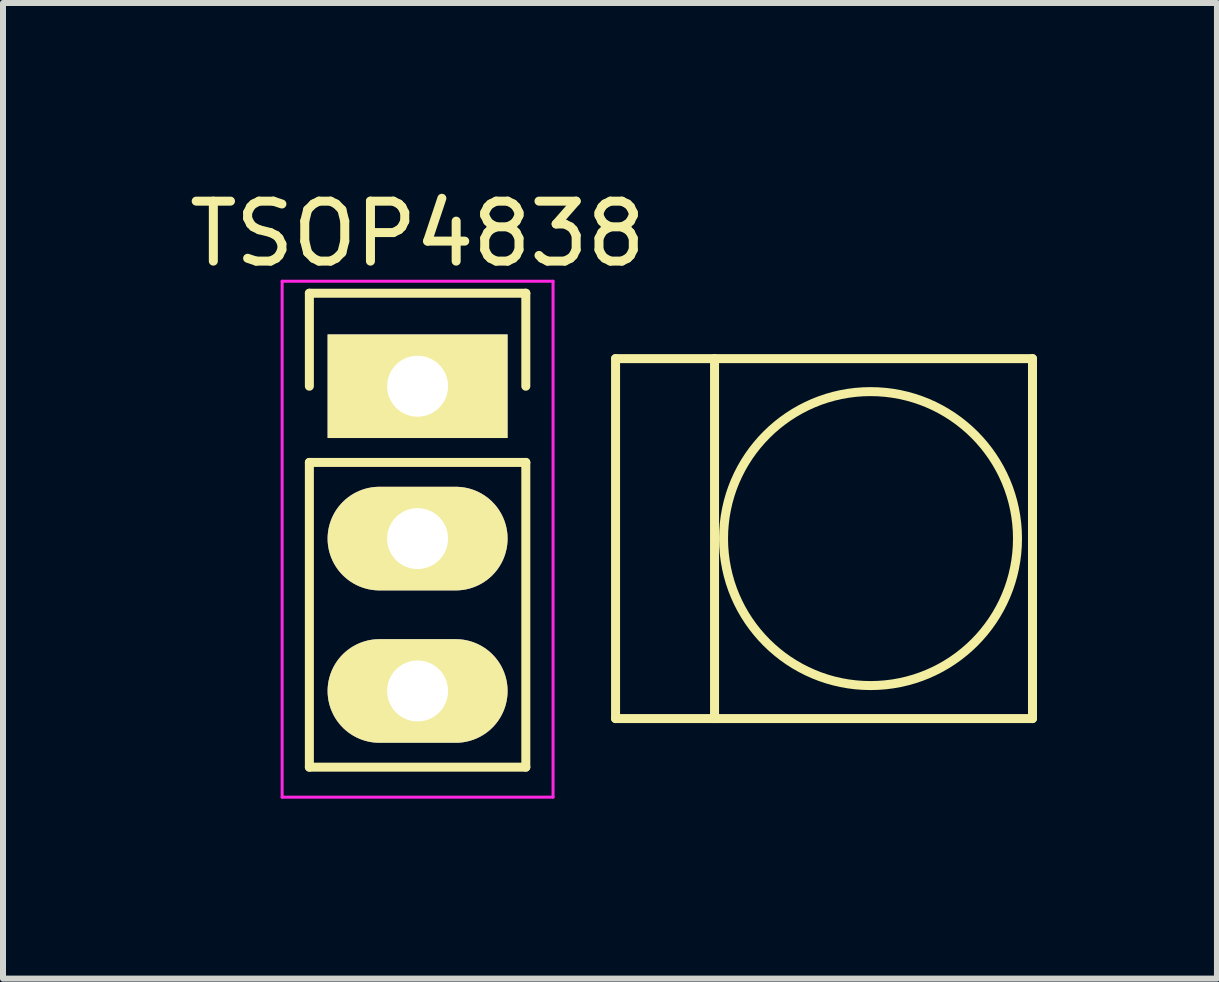
<source format=kicad_pcb>
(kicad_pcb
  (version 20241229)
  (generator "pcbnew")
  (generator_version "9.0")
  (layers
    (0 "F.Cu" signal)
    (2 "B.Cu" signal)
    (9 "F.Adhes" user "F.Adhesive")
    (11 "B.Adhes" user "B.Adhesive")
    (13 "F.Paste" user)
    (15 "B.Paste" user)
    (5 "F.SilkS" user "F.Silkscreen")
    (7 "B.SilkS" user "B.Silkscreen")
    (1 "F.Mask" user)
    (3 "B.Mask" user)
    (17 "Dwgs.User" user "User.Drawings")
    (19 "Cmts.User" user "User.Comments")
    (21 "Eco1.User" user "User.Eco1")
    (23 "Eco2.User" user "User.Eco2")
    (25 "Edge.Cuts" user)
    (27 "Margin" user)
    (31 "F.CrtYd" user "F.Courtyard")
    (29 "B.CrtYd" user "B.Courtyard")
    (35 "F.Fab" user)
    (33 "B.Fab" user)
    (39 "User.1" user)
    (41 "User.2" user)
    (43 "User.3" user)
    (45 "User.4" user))
  (footprint "TSOP4838"
    (layer "F.Cu")
    (at 3.911 3.388)
    (property "Reference" "TSOP4838" (at 0 -2.54 0) (layer "F.SilkS") (effects (font (size 1 1) (thickness 0.15))))
    (attr through_hole)
    (fp_line (start -1.804 -1.55) (end 1.804 -1.55) (stroke (width 0.15) (type solid)) (layer "F.SilkS"))
    (fp_line (start -1.804 0) (end -1.804 -1.55) (stroke (width 0.15) (type solid)) (layer "F.SilkS"))
    (fp_line (start -1.804 1.27) (end -1.804 6.35) (stroke (width 0.15) (type solid)) (layer "F.SilkS"))
    (fp_line (start -1.804 1.27) (end 1.804 1.27) (stroke (width 0.15) (type solid)) (layer "F.SilkS"))
    (fp_line (start -1.804 6.35) (end 1.804 6.35) (stroke (width 0.15) (type solid)) (layer "F.SilkS"))
    (fp_line (start 1.804 -1.55) (end 1.804 0) (stroke (width 0.15) (type solid)) (layer "F.SilkS"))
    (fp_line (start 1.804 6.35) (end 1.804 1.27) (stroke (width 0.15) (type solid)) (layer "F.SilkS"))
    (fp_line (start 3.3 -0.46) (end 3.3 5.54) (stroke (width 0.15) (type solid)) (layer "F.SilkS"))
    (fp_line (start 3.3 -0.46) (end 10.25 -0.46) (stroke (width 0.15) (type solid)) (layer "F.SilkS"))
    (fp_line (start 3.3 5.54) (end 10.25 5.54) (stroke (width 0.15) (type solid)) (layer "F.SilkS"))
    (fp_line (start 4.95 -0.46) (end 4.95 5.54) (stroke (width 0.15) (type solid)) (layer "F.SilkS"))
    (fp_line (start 10.25 -0.46) (end 10.25 5.54) (stroke (width 0.15) (type solid)) (layer "F.SilkS"))
    (fp_circle (center 7.55 2.54) (end 10 2.54) (stroke (width 0.15) (type solid)) (fill no) (layer "F.SilkS"))
    (fp_line (start -2.258 -1.75) (end -2.258 6.85) (stroke (width 0.05) (type solid)) (layer "F.CrtYd"))
    (fp_line (start -2.258 -1.75) (end 2.258 -1.75) (stroke (width 0.05) (type solid)) (layer "F.CrtYd"))
    (fp_line (start -2.258 6.85) (end 2.258 6.85) (stroke (width 0.05) (type solid)) (layer "F.CrtYd"))
    (fp_line (start 2.258 -1.75) (end 2.258 6.85) (stroke (width 0.05) (type solid)) (layer "F.CrtYd"))
    (pad "1" thru_hole rect (at 0 0) (size 3 1.727) (drill 1.016) (layers "*.Cu" "*.Mask" "F.SilkS"))
    (pad "2" thru_hole oval (at 0 2.54) (size 3 1.727) (drill 1.016) (layers "*.Cu" "*.Mask" "F.SilkS"))
    (pad "3" thru_hole oval (at 0 5.08) (size 3 1.727) (drill 1.016) (layers "*.Cu" "*.Mask" "F.SilkS")))
  (gr_rect
    (start -3 -3)
    (end 17.236 13.263)
    (stroke (width 0.1) (type default))
    (fill no)
    (layer "Edge.Cuts")))
</source>
